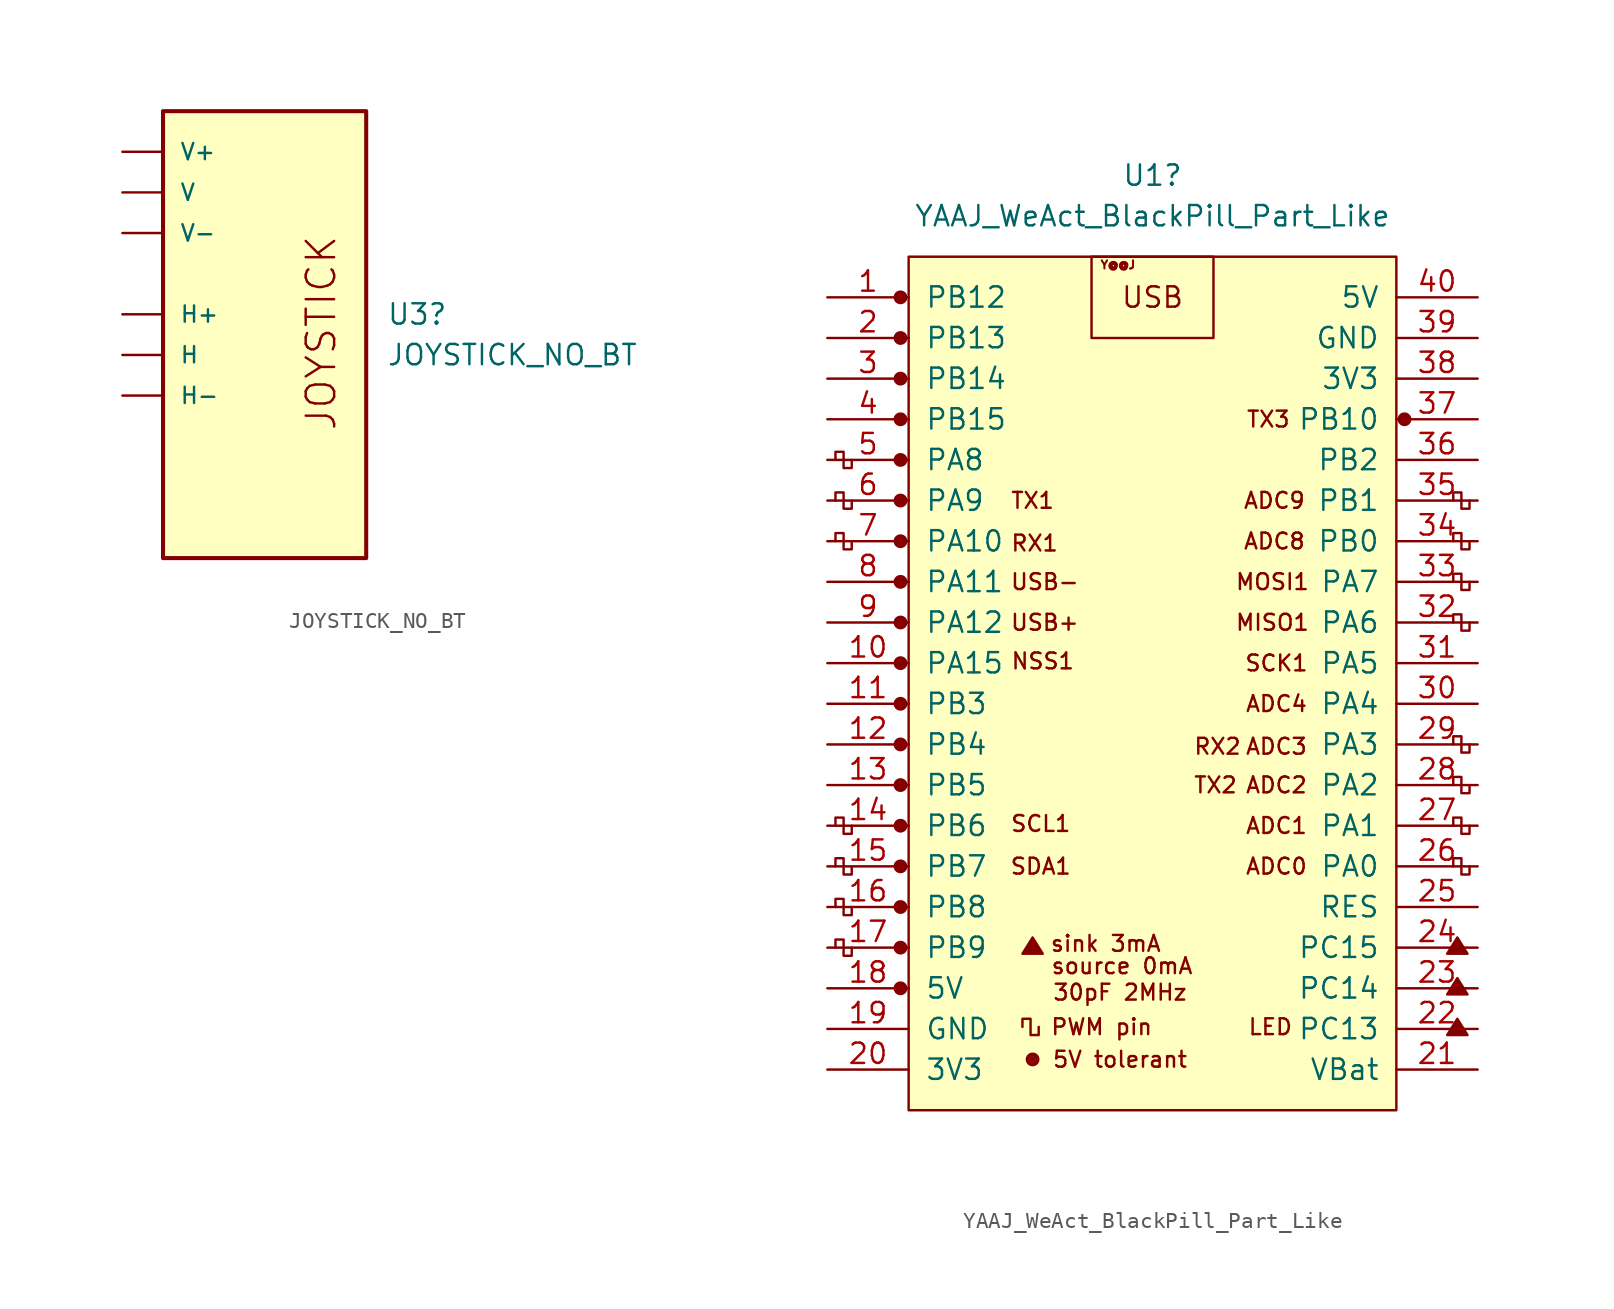
<source format=kicad_sym>
(kicad_symbol_lib
  (version 20211014)
  (generator kicad_symbol_editor)
  (symbol "JOYSTICK_NO_BT"
    (pin_numbers hide)
    (pin_names
      (offset 1.016))
    (property "Reference" "U3"
      (at 6.35 0.0001 0)
      (effects (font (size 1.27 1.27)) (justify left)))
    (property "Value" "JOYSTICK_NO_BT"
      (at 6.35 -2.54 0)
      (effects (font (size 1.27 1.27)) (justify left)))
    (property "ki_locked" ""
      (at 0 0 0)
      (effects (font (size 1.27 1.27))))
    (symbol "JOYSTICK_NO_BT_0_0"
      (rectangle (start -7.62 -15.24) (end 5.08 12.7) (stroke (width 0.254) (type default) (color 0 0 0 0)) (fill (type background)))
      (text "JOYSTICK" (at 3.302 -7.366 900) (effects (font (size 1.778 1.778)) (justify left bottom)))
      (pin bidirectional line (at -10.16 -2.54 0) (length 2.54) (name "H" (effects (font (size 1.016 1.016)))) (number "H" (effects (font (size 1.016 1.016)))))
      (pin power_in line (at -10.16 0 0) (length 2.54) (name "H+" (effects (font (size 1.016 1.016)))) (number "H+" (effects (font (size 1.016 1.016)))))
      (pin power_in line (at -10.16 -5.08 0) (length 2.54) (name "H-" (effects (font (size 1.016 1.016)))) (number "H-" (effects (font (size 1.016 1.016)))))
      (pin bidirectional line (at -10.16 7.62 0) (length 2.54) (name "V" (effects (font (size 1.016 1.016)))) (number "V" (effects (font (size 1.016 1.016)))))
      (pin power_in line (at -10.16 10.16 0) (length 2.54) (name "V+" (effects (font (size 1.016 1.016)))) (number "V+" (effects (font (size 1.016 1.016)))))
      (pin power_in line (at -10.16 5.08 0) (length 2.54) (name "V-" (effects (font (size 1.016 1.016)))) (number "V-" (effects (font (size 1.016 1.016)))))))
  (symbol "YAAJ_WeAct_BlackPill_Part_Like"
    (pin_names
      (offset 1.016))
    (property "Reference" "U1"
      (at 0 30.48 0)
      (effects (font (size 1.27 1.27))))
    (property "Value" "YAAJ_WeAct_BlackPill_Part_Like"
      (at 0 27.94 0)
      (effects (font (size 1.27 1.27))))
    (symbol "YAAJ_WeAct_BlackPill_Part_Like_0_0"
      (circle (center -15.748 -20.32) (radius 0.356) (stroke (width 0) (type default) (color 0 0 0 0)) (fill (type outline)))
      (circle (center -15.748 -17.78) (radius 0.356) (stroke (width 0) (type default) (color 0 0 0 0)) (fill (type outline)))
      (circle (center -15.748 -15.24) (radius 0.356) (stroke (width 0) (type default) (color 0 0 0 0)) (fill (type outline)))
      (circle (center -15.748 -12.7) (radius 0.356) (stroke (width 0) (type default) (color 0 0 0 0)) (fill (type outline)))
      (circle (center -15.748 -10.16) (radius 0.356) (stroke (width 0) (type default) (color 0 0 0 0)) (fill (type outline)))
      (circle (center -15.748 -7.62) (radius 0.356) (stroke (width 0) (type default) (color 0 0 0 0)) (fill (type outline)))
      (circle (center -15.748 -5.08) (radius 0.356) (stroke (width 0) (type default) (color 0 0 0 0)) (fill (type outline)))
      (circle (center -15.748 -2.54) (radius 0.356) (stroke (width 0) (type default) (color 0 0 0 0)) (fill (type outline)))
      (circle (center -15.748 0) (radius 0.356) (stroke (width 0) (type default) (color 0 0 0 0)) (fill (type outline)))
      (circle (center -15.748 2.54) (radius 0.356) (stroke (width 0) (type default) (color 0 0 0 0)) (fill (type outline)))
      (circle (center -15.748 5.08) (radius 0.356) (stroke (width 0) (type default) (color 0 0 0 0)) (fill (type outline)))
      (circle (center -15.748 7.62) (radius 0.356) (stroke (width 0) (type default) (color 0 0 0 0)) (fill (type outline)))
      (circle (center -15.748 10.16) (radius 0.356) (stroke (width 0) (type default) (color 0 0 0 0)) (fill (type outline)))
      (circle (center -15.748 12.7) (radius 0.356) (stroke (width 0) (type default) (color 0 0 0 0)) (fill (type outline)))
      (circle (center -15.748 15.24) (radius 0.356) (stroke (width 0) (type default) (color 0 0 0 0)) (fill (type outline)))
      (circle (center -15.748 17.78) (radius 0.356) (stroke (width 0) (type default) (color 0 0 0 0)) (fill (type outline)))
      (circle (center -15.748 22.86) (radius 0.356) (stroke (width 0) (type default) (color 0 0 0 0)) (fill (type outline)))
      (circle (center -7.493 -24.765) (radius 0.127) (stroke (width 0) (type default) (color 0 0 0 0)) (fill (type outline)))
      (circle (center -7.493 -24.765) (radius 0.254) (stroke (width 0) (type default) (color 0 0 0 0)) (fill (type none)))
      (circle (center -7.493 -24.765) (radius 0.356) (stroke (width 0) (type default) (color 0 0 0 0)) (fill (type none)))
      (polyline (pts (xy -8.128 -18.161) (xy -7.493 -17.145) (xy -6.858 -18.161) (xy -8.128 -18.161) (xy -7.493 -17.272) (xy -6.985 -18.161) (xy -8.001 -18.034) (xy -7.493 -17.399) (xy -7.112 -18.161) (xy -7.874 -17.907) (xy -7.366 -17.526) (xy -7.239 -18.161) (xy -7.747 -17.78) (xy -7.239 -17.653) (xy -7.366 -18.034) (xy -7.62 -17.78) (xy -7.366 -17.907) (xy -7.493 -17.653)) (stroke (width 0) (type default) (color 0 0 0 0)) (fill (type none)))
      (polyline (pts (xy 18.415 -23.241) (xy 19.05 -22.225) (xy 19.685 -23.241) (xy 18.415 -23.241) (xy 19.05 -22.352) (xy 19.558 -23.241) (xy 18.542 -23.114) (xy 19.05 -22.479) (xy 19.431 -23.241) (xy 18.669 -22.987) (xy 19.177 -22.606) (xy 19.304 -23.241) (xy 18.796 -22.86) (xy 19.304 -22.733) (xy 19.177 -23.114) (xy 18.923 -22.86) (xy 19.177 -22.987) (xy 19.05 -22.733)) (stroke (width 0) (type default) (color 0 0 0 0)) (fill (type none)))
      (polyline (pts (xy 18.415 -20.701) (xy 19.05 -19.685) (xy 19.685 -20.701) (xy 18.415 -20.701) (xy 19.05 -19.812) (xy 19.558 -20.701) (xy 18.542 -20.574) (xy 19.05 -19.939) (xy 19.431 -20.701) (xy 18.669 -20.447) (xy 19.177 -20.066) (xy 19.304 -20.701) (xy 18.796 -20.32) (xy 19.304 -20.193) (xy 19.177 -20.574) (xy 18.923 -20.32) (xy 19.177 -20.447) (xy 19.05 -20.193)) (stroke (width 0) (type default) (color 0 0 0 0)) (fill (type none)))
      (polyline (pts (xy 18.415 -18.161) (xy 19.05 -17.145) (xy 19.685 -18.161) (xy 18.415 -18.161) (xy 19.05 -17.272) (xy 19.558 -18.161) (xy 18.542 -18.034) (xy 19.05 -17.399) (xy 19.431 -18.161) (xy 18.669 -17.907) (xy 19.177 -17.526) (xy 19.304 -18.161) (xy 18.796 -17.78) (xy 19.304 -17.653) (xy 19.177 -18.034) (xy 18.923 -17.78) (xy 19.177 -17.907) (xy 19.05 -17.653)) (stroke (width 0) (type default) (color 0 0 0 0)) (fill (type none)))
      (circle (center 15.748 15.24) (radius 0.254) (stroke (width 0) (type default) (color 0 0 0 0)) (fill (type outline)))
      (circle (center 15.748 15.24) (radius 0.356) (stroke (width 0) (type default) (color 0 0 0 0)) (fill (type none)))
      (text "30pF 2MHz" (at -2.032 -20.574 0) (effects (font (size 0.991 0.991))))
      (text "5V tolerant" (at -2.032 -24.765 0) (effects (font (size 0.991 0.991))))
      (text "ADC0" (at 7.747 -12.7 0) (effects (font (size 0.991 0.991))))
      (text "ADC1" (at 7.747 -10.16 0) (effects (font (size 0.991 0.991))))
      (text "ADC2" (at 7.747 -7.62 0) (effects (font (size 0.991 0.991))))
      (text "ADC3" (at 7.747 -5.207 0) (effects (font (size 0.991 0.991))))
      (text "ADC4" (at 7.747 -2.54 0) (effects (font (size 0.991 0.991))))
      (text "ADC8" (at 7.62 7.62 0) (effects (font (size 0.991 0.991))))
      (text "ADC9" (at 7.62 10.16 0) (effects (font (size 0.991 0.991))))
      (text "LED" (at 7.366 -22.733 0) (effects (font (size 0.991 0.991))))
      (text "MISO1" (at 7.493 2.54 0) (effects (font (size 0.991 0.991))))
      (text "MOSI1" (at 7.493 5.08 0) (effects (font (size 0.991 0.991))))
      (text "NSS1" (at -6.858 0.127 0) (effects (font (size 0.991 0.991))))
      (text "PWM pin" (at -3.175 -22.733 0) (effects (font (size 0.991 0.991))))
      (text "RX1" (at -7.366 7.493 0) (effects (font (size 0.991 0.991))))
      (text "RX2" (at 4.064 -5.207 0) (effects (font (size 0.991 0.991))))
      (text "SCK1" (at 7.747 0 0) (effects (font (size 0.991 0.991))))
      (text "SCL1" (at -6.985 -10.033 0) (effects (font (size 0.991 0.991))))
      (text "SDA1" (at -6.985 -12.7 0) (effects (font (size 0.991 0.991))))
      (text "sink 3mA" (at -2.921 -17.526 0) (effects (font (size 0.991 0.991))))
      (text "source 0mA" (at -1.905 -18.923 0) (effects (font (size 0.991 0.991))))
      (text "TX1" (at -7.493 10.16 0) (effects (font (size 0.991 0.991))))
      (text "TX2" (at 3.937 -7.62 0) (effects (font (size 0.991 0.991))))
      (text "TX3" (at 7.239 15.24 0) (effects (font (size 0.991 0.991))))
      (text "USB" (at 0 22.86 0) (effects (font (size 1.27 1.27))))
      (text "USB+" (at -6.731 2.54 0) (effects (font (size 0.991 0.991))))
      (text "USB-" (at -6.731 5.08 0) (effects (font (size 0.991 0.991))))
      (text "Y@@J" (at -2.159 24.892 0) (effects (font (size 0.508 0.508)))))
    (symbol "YAAJ_WeAct_BlackPill_Part_Like_0_1"
      (rectangle (start -15.24 25.4) (end 15.24 -27.94) (stroke (width 0) (type default) (color 0 0 0 0)) (fill (type background)))
      (polyline (pts (xy -18.796 -17.78) (xy -18.796 -18.288) (xy -19.304 -18.288) (xy -19.304 -17.272) (xy -19.812 -17.272) (xy -19.812 -17.78)) (stroke (width 0) (type default) (color 0 0 0 0)) (fill (type none)))
      (polyline (pts (xy -18.796 -15.24) (xy -18.796 -15.748) (xy -19.304 -15.748) (xy -19.304 -14.732) (xy -19.812 -14.732) (xy -19.812 -15.24)) (stroke (width 0) (type default) (color 0 0 0 0)) (fill (type none)))
      (polyline (pts (xy -18.796 -12.7) (xy -18.796 -13.208) (xy -19.304 -13.208) (xy -19.304 -12.192) (xy -19.812 -12.192) (xy -19.812 -12.7)) (stroke (width 0) (type default) (color 0 0 0 0)) (fill (type none)))
      (polyline (pts (xy -18.796 -10.16) (xy -18.796 -10.668) (xy -19.304 -10.668) (xy -19.304 -9.652) (xy -19.812 -9.652) (xy -19.812 -10.16)) (stroke (width 0) (type default) (color 0 0 0 0)) (fill (type none)))
      (polyline (pts (xy -18.796 7.62) (xy -18.796 7.112) (xy -19.304 7.112) (xy -19.304 8.128) (xy -19.812 8.128) (xy -19.812 7.62)) (stroke (width 0) (type default) (color 0 0 0 0)) (fill (type none)))
      (polyline (pts (xy -18.796 10.16) (xy -18.796 9.652) (xy -19.304 9.652) (xy -19.304 10.668) (xy -19.812 10.668) (xy -19.812 10.16)) (stroke (width 0) (type default) (color 0 0 0 0)) (fill (type none)))
      (polyline (pts (xy -18.796 12.7) (xy -18.796 12.192) (xy -19.304 12.192) (xy -19.304 13.208) (xy -19.812 13.208) (xy -19.812 12.7)) (stroke (width 0) (type default) (color 0 0 0 0)) (fill (type none)))
      (polyline (pts (xy -7.112 -22.733) (xy -7.112 -23.241) (xy -7.62 -23.241) (xy -7.62 -22.225) (xy -8.128 -22.225) (xy -8.128 -22.733)) (stroke (width 0) (type default) (color 0 0 0 0)) (fill (type none)))
      (polyline (pts (xy 19.812 -12.7) (xy 19.812 -13.208) (xy 19.304 -13.208) (xy 19.304 -12.192) (xy 18.796 -12.192) (xy 18.796 -12.7)) (stroke (width 0) (type default) (color 0 0 0 0)) (fill (type none)))
      (polyline (pts (xy 19.812 -10.16) (xy 19.812 -10.668) (xy 19.304 -10.668) (xy 19.304 -9.652) (xy 18.796 -9.652) (xy 18.796 -10.16)) (stroke (width 0) (type default) (color 0 0 0 0)) (fill (type none)))
      (polyline (pts (xy 19.812 -7.62) (xy 19.812 -8.128) (xy 19.304 -8.128) (xy 19.304 -7.112) (xy 18.796 -7.112) (xy 18.796 -7.62)) (stroke (width 0) (type default) (color 0 0 0 0)) (fill (type none)))
      (polyline (pts (xy 19.812 -5.08) (xy 19.812 -5.588) (xy 19.304 -5.588) (xy 19.304 -4.572) (xy 18.796 -4.572) (xy 18.796 -5.08)) (stroke (width 0) (type default) (color 0 0 0 0)) (fill (type none)))
      (polyline (pts (xy 19.812 2.54) (xy 19.812 2.032) (xy 19.304 2.032) (xy 19.304 3.048) (xy 18.796 3.048) (xy 18.796 2.54)) (stroke (width 0) (type default) (color 0 0 0 0)) (fill (type none)))
      (polyline (pts (xy 19.812 5.08) (xy 19.812 4.572) (xy 19.304 4.572) (xy 19.304 5.588) (xy 18.796 5.588) (xy 18.796 5.08)) (stroke (width 0) (type default) (color 0 0 0 0)) (fill (type none)))
      (polyline (pts (xy 19.812 7.62) (xy 19.812 7.112) (xy 19.304 7.112) (xy 19.304 8.128) (xy 18.796 8.128) (xy 18.796 7.62)) (stroke (width 0) (type default) (color 0 0 0 0)) (fill (type none)))
      (polyline (pts (xy 19.812 10.16) (xy 19.812 9.652) (xy 19.304 9.652) (xy 19.304 10.668) (xy 18.796 10.668) (xy 18.796 10.16)) (stroke (width 0) (type default) (color 0 0 0 0)) (fill (type none)))
      (rectangle (start 3.81 25.4) (end -3.81 20.32) (stroke (width 0) (type default) (color 0 0 0 0)) (fill (type none))))
    (symbol "YAAJ_WeAct_BlackPill_Part_Like_1_1"
      (circle (center -15.748 20.32) (radius 0.356) (stroke (width 0) (type default) (color 0 0 0 0)) (fill (type outline)))
      (pin bidirectional line (at -20.32 22.86 0) (length 5.08) (name "PB12" (effects (font (size 1.27 1.27)))) (number "1" (effects (font (size 1.27 1.27)))))
      (pin bidirectional line (at -20.32 0 0) (length 5.08) (name "PA15" (effects (font (size 1.27 1.27)))) (number "10" (effects (font (size 1.27 1.27)))))
      (pin bidirectional line (at -20.32 -2.54 0) (length 5.08) (name "PB3" (effects (font (size 1.27 1.27)))) (number "11" (effects (font (size 1.27 1.27)))))
      (pin bidirectional line (at -20.32 -5.08 0) (length 5.08) (name "PB4" (effects (font (size 1.27 1.27)))) (number "12" (effects (font (size 1.27 1.27)))))
      (pin bidirectional line (at -20.32 -7.62 0) (length 5.08) (name "PB5" (effects (font (size 1.27 1.27)))) (number "13" (effects (font (size 1.27 1.27)))))
      (pin bidirectional line (at -20.32 -10.16 0) (length 5.08) (name "PB6" (effects (font (size 1.27 1.27)))) (number "14" (effects (font (size 1.27 1.27)))))
      (pin bidirectional line (at -20.32 -12.7 0) (length 5.08) (name "PB7" (effects (font (size 1.27 1.27)))) (number "15" (effects (font (size 1.27 1.27)))))
      (pin bidirectional line (at -20.32 -15.24 0) (length 5.08) (name "PB8" (effects (font (size 1.27 1.27)))) (number "16" (effects (font (size 1.27 1.27)))))
      (pin bidirectional line (at -20.32 -17.78 0) (length 5.08) (name "PB9" (effects (font (size 1.27 1.27)))) (number "17" (effects (font (size 1.27 1.27)))))
      (pin power_out line (at -20.32 -20.32 0) (length 5.08) (name "5V" (effects (font (size 1.27 1.27)))) (number "18" (effects (font (size 1.27 1.27)))))
      (pin power_out line (at -20.32 -22.86 0) (length 5.08) (name "GND" (effects (font (size 1.27 1.27)))) (number "19" (effects (font (size 1.27 1.27)))))
      (pin bidirectional line (at -20.32 20.32 0) (length 5.08) (name "PB13" (effects (font (size 1.27 1.27)))) (number "2" (effects (font (size 1.27 1.27)))))
      (pin power_out line (at -20.32 -25.4 0) (length 5.08) (name "3V3" (effects (font (size 1.27 1.27)))) (number "20" (effects (font (size 1.27 1.27)))))
      (pin power_in line (at 20.32 -25.4 180) (length 5.08) (name "VBat" (effects (font (size 1.27 1.27)))) (number "21" (effects (font (size 1.27 1.27)))))
      (pin bidirectional line (at 20.32 -22.86 180) (length 5.08) (name "PC13" (effects (font (size 1.27 1.27)))) (number "22" (effects (font (size 1.27 1.27)))))
      (pin bidirectional line (at 20.32 -20.32 180) (length 5.08) (name "PC14" (effects (font (size 1.27 1.27)))) (number "23" (effects (font (size 1.27 1.27)))))
      (pin bidirectional line (at 20.32 -17.78 180) (length 5.08) (name "PC15" (effects (font (size 1.27 1.27)))) (number "24" (effects (font (size 1.27 1.27)))))
      (pin input line (at 20.32 -15.24 180) (length 5.08) (name "RES" (effects (font (size 1.27 1.27)))) (number "25" (effects (font (size 1.27 1.27)))))
      (pin bidirectional line (at 20.32 -12.7 180) (length 5.08) (name "PA0" (effects (font (size 1.27 1.27)))) (number "26" (effects (font (size 1.27 1.27)))))
      (pin bidirectional line (at 20.32 -10.16 180) (length 5.08) (name "PA1" (effects (font (size 1.27 1.27)))) (number "27" (effects (font (size 1.27 1.27)))))
      (pin bidirectional line (at 20.32 -7.62 180) (length 5.08) (name "PA2" (effects (font (size 1.27 1.27)))) (number "28" (effects (font (size 1.27 1.27)))))
      (pin bidirectional line (at 20.32 -5.08 180) (length 5.08) (name "PA3" (effects (font (size 1.27 1.27)))) (number "29" (effects (font (size 1.27 1.27)))))
      (pin bidirectional line (at -20.32 17.78 0) (length 5.08) (name "PB14" (effects (font (size 1.27 1.27)))) (number "3" (effects (font (size 1.27 1.27)))))
      (pin bidirectional line (at 20.32 -2.54 180) (length 5.08) (name "PA4" (effects (font (size 1.27 1.27)))) (number "30" (effects (font (size 1.27 1.27)))))
      (pin bidirectional line (at 20.32 0 180) (length 5.08) (name "PA5" (effects (font (size 1.27 1.27)))) (number "31" (effects (font (size 1.27 1.27)))))
      (pin bidirectional line (at 20.32 2.54 180) (length 5.08) (name "PA6" (effects (font (size 1.27 1.27)))) (number "32" (effects (font (size 1.27 1.27)))))
      (pin bidirectional line (at 20.32 5.08 180) (length 5.08) (name "PA7" (effects (font (size 1.27 1.27)))) (number "33" (effects (font (size 1.27 1.27)))))
      (pin bidirectional line (at 20.32 7.62 180) (length 5.08) (name "PB0" (effects (font (size 1.27 1.27)))) (number "34" (effects (font (size 1.27 1.27)))))
      (pin bidirectional line (at 20.32 10.16 180) (length 5.08) (name "PB1" (effects (font (size 1.27 1.27)))) (number "35" (effects (font (size 1.27 1.27)))))
      (pin bidirectional line (at 20.32 12.7 180) (length 5.08) (name "PB2" (effects (font (size 1.27 1.27)))) (number "36" (effects (font (size 1.27 1.27)))))
      (pin bidirectional line (at 20.32 15.24 180) (length 5.08) (name "PB10" (effects (font (size 1.27 1.27)))) (number "37" (effects (font (size 1.27 1.27)))))
      (pin power_in line (at 20.32 17.78 180) (length 5.08) (name "3V3" (effects (font (size 1.27 1.27)))) (number "38" (effects (font (size 1.27 1.27)))))
      (pin power_in line (at 20.32 20.32 180) (length 5.08) (name "GND" (effects (font (size 1.27 1.27)))) (number "39" (effects (font (size 1.27 1.27)))))
      (pin bidirectional line (at -20.32 15.24 0) (length 5.08) (name "PB15" (effects (font (size 1.27 1.27)))) (number "4" (effects (font (size 1.27 1.27)))))
      (pin power_in line (at 20.32 22.86 180) (length 5.08) (name "5V" (effects (font (size 1.27 1.27)))) (number "40" (effects (font (size 1.27 1.27)))))
      (pin bidirectional line (at -20.32 12.7 0) (length 5.08) (name "PA8" (effects (font (size 1.27 1.27)))) (number "5" (effects (font (size 1.27 1.27)))))
      (pin bidirectional line (at -20.32 10.16 0) (length 5.08) (name "PA9" (effects (font (size 1.27 1.27)))) (number "6" (effects (font (size 1.27 1.27)))))
      (pin bidirectional line (at -20.32 7.62 0) (length 5.08) (name "PA10" (effects (font (size 1.27 1.27)))) (number "7" (effects (font (size 1.27 1.27)))))
      (pin bidirectional line (at -20.32 5.08 0) (length 5.08) (name "PA11" (effects (font (size 1.27 1.27)))) (number "8" (effects (font (size 1.27 1.27)))))
      (pin bidirectional line (at -20.32 2.54 0) (length 5.08) (name "PA12" (effects (font (size 1.27 1.27)))) (number "9" (effects (font (size 1.27 1.27))))))))
</source>
